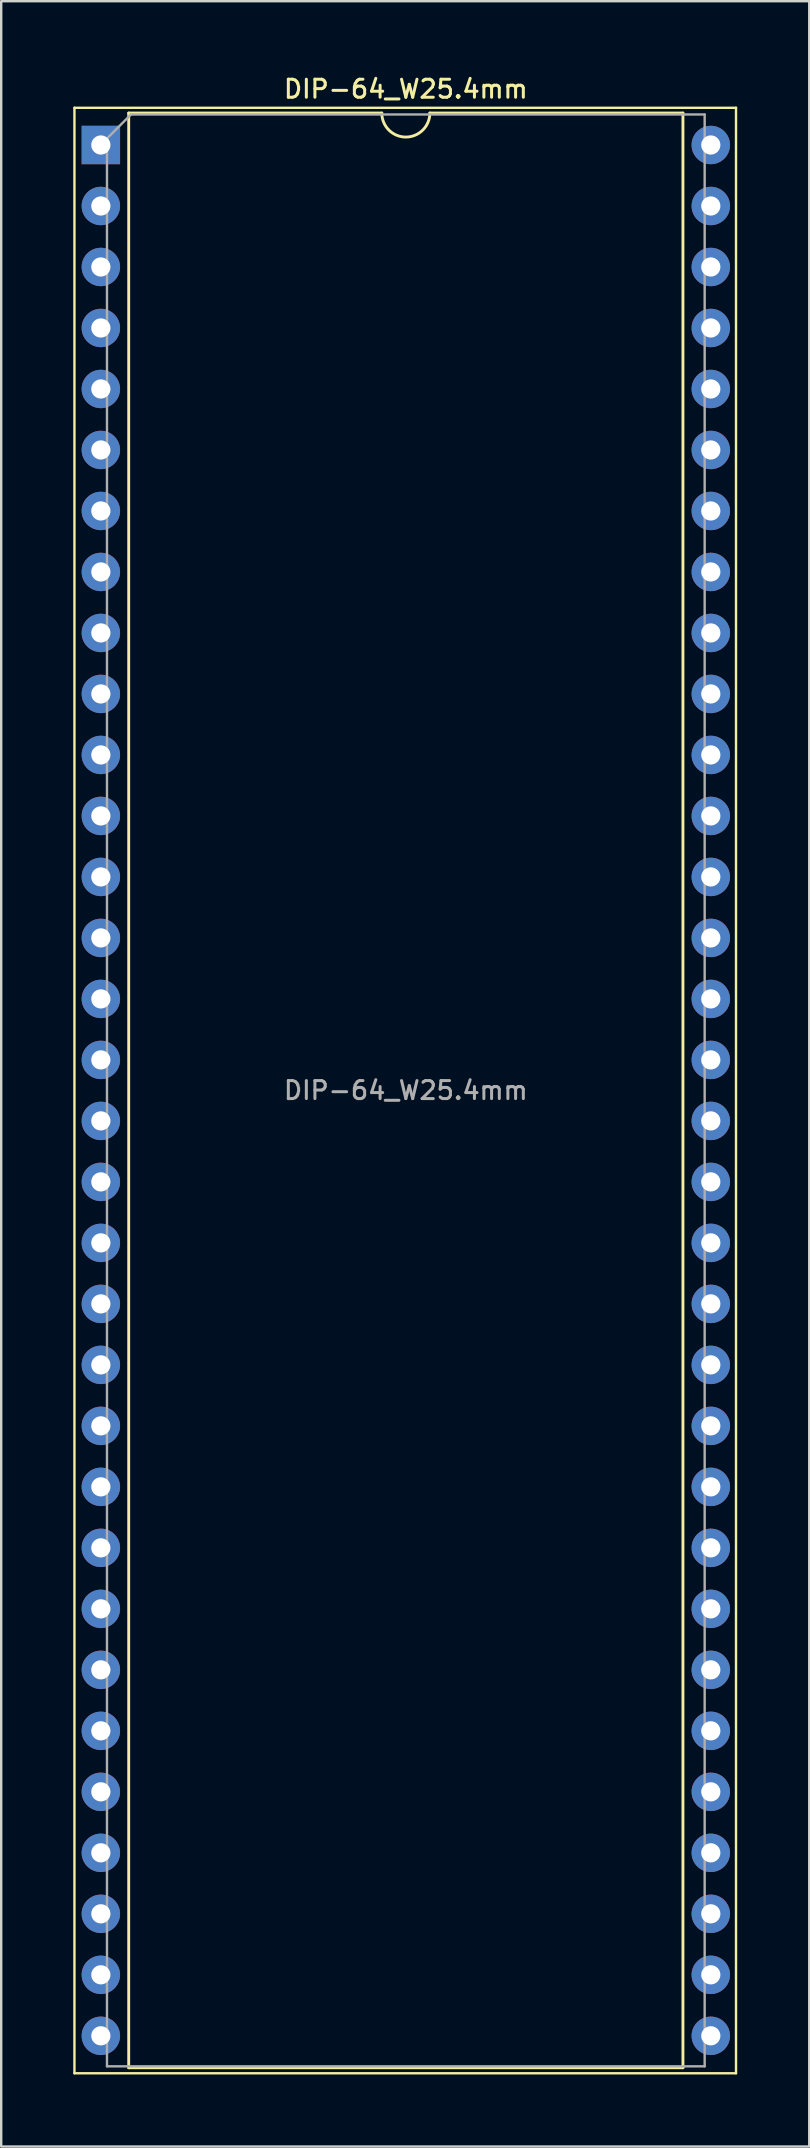
<source format=kicad_pcb>
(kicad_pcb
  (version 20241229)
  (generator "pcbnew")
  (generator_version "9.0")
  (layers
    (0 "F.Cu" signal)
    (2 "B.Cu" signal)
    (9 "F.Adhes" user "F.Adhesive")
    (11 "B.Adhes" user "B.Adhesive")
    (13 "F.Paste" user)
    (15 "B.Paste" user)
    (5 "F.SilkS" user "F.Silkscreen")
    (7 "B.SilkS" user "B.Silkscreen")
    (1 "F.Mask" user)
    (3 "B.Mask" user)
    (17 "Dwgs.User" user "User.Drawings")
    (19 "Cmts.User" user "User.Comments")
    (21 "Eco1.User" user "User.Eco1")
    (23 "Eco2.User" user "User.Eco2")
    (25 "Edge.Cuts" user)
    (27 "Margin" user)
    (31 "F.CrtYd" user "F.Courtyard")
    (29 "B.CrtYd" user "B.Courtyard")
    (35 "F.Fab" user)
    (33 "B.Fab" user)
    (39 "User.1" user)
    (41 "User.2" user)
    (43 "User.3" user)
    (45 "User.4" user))
  (footprint "DIP-64_W25.4mm"
    (layer "F.Cu")
    (at 1.15 2.988)
    (property "Reference" "DIP-64_W25.4mm" (at 12.7 -2.33 0) (layer "F.SilkS") (effects (font (size 0.75 0.75) (thickness 0.125))))
    (attr through_hole)
    (fp_line (start -1.1 -1.55) (end -1.1 80.3) (stroke (width 0.1) (type solid)) (layer "F.SilkS"))
    (fp_line (start -1.1 80.3) (end 26.45 80.3) (stroke (width 0.1) (type solid)) (layer "F.SilkS"))
    (fp_line (start 1.16 -1.33) (end 1.16 80.07) (stroke (width 0.12) (type solid)) (layer "F.SilkS"))
    (fp_line (start 1.16 80.07) (end 24.24 80.07) (stroke (width 0.12) (type solid)) (layer "F.SilkS"))
    (fp_line (start 11.7 -1.33) (end 1.16 -1.33) (stroke (width 0.12) (type solid)) (layer "F.SilkS"))
    (fp_line (start 24.24 -1.33) (end 13.7 -1.33) (stroke (width 0.12) (type solid)) (layer "F.SilkS"))
    (fp_line (start 24.24 80.07) (end 24.24 -1.33) (stroke (width 0.12) (type solid)) (layer "F.SilkS"))
    (fp_line (start 26.45 -1.55) (end -1.1 -1.55) (stroke (width 0.1) (type solid)) (layer "F.SilkS"))
    (fp_line (start 26.45 80.3) (end 26.45 -1.55) (stroke (width 0.1) (type solid)) (layer "F.SilkS"))
    (fp_arc (start 13.7 -1.33) (mid 12.7 -0.33) (end 11.7 -1.33) (stroke (width 0.12) (type solid)) (layer "F.SilkS"))
    (fp_line (start 0.255 -0.27) (end 1.255 -1.27) (stroke (width 0.1) (type solid)) (layer "F.Fab"))
    (fp_line (start 0.255 80.01) (end 0.255 -0.27) (stroke (width 0.1) (type solid)) (layer "F.Fab"))
    (fp_line (start 1.255 -1.27) (end 25.145 -1.27) (stroke (width 0.1) (type solid)) (layer "F.Fab"))
    (fp_line (start 25.145 -1.27) (end 25.145 80.01) (stroke (width 0.1) (type solid)) (layer "F.Fab"))
    (fp_line (start 25.145 80.01) (end 0.255 80.01) (stroke (width 0.1) (type solid)) (layer "F.Fab"))
    (fp_text user "${REFERENCE}" (at 12.7 39.37 0) (layer "F.Fab") (effects (font (size 0.75 0.75) (thickness 0.125))))
    (pad "1" thru_hole rect (at 0 0) (size 1.6 1.6) (drill 0.8) (layers "*.Cu" "*.Mask"))
    (pad "2" thru_hole oval (at 0 2.54) (size 1.6 1.6) (drill 0.8) (layers "*.Cu" "*.Mask"))
    (pad "3" thru_hole oval (at 0 5.08) (size 1.6 1.6) (drill 0.8) (layers "*.Cu" "*.Mask"))
    (pad "4" thru_hole oval (at 0 7.62) (size 1.6 1.6) (drill 0.8) (layers "*.Cu" "*.Mask"))
    (pad "5" thru_hole oval (at 0 10.16) (size 1.6 1.6) (drill 0.8) (layers "*.Cu" "*.Mask"))
    (pad "6" thru_hole oval (at 0 12.7) (size 1.6 1.6) (drill 0.8) (layers "*.Cu" "*.Mask"))
    (pad "7" thru_hole oval (at 0 15.24) (size 1.6 1.6) (drill 0.8) (layers "*.Cu" "*.Mask"))
    (pad "8" thru_hole oval (at 0 17.78) (size 1.6 1.6) (drill 0.8) (layers "*.Cu" "*.Mask"))
    (pad "9" thru_hole oval (at 0 20.32) (size 1.6 1.6) (drill 0.8) (layers "*.Cu" "*.Mask"))
    (pad "10" thru_hole oval (at 0 22.86) (size 1.6 1.6) (drill 0.8) (layers "*.Cu" "*.Mask"))
    (pad "11" thru_hole oval (at 0 25.4) (size 1.6 1.6) (drill 0.8) (layers "*.Cu" "*.Mask"))
    (pad "12" thru_hole oval (at 0 27.94) (size 1.6 1.6) (drill 0.8) (layers "*.Cu" "*.Mask"))
    (pad "13" thru_hole oval (at 0 30.48) (size 1.6 1.6) (drill 0.8) (layers "*.Cu" "*.Mask"))
    (pad "14" thru_hole oval (at 0 33.02) (size 1.6 1.6) (drill 0.8) (layers "*.Cu" "*.Mask"))
    (pad "15" thru_hole oval (at 0 35.56) (size 1.6 1.6) (drill 0.8) (layers "*.Cu" "*.Mask"))
    (pad "16" thru_hole oval (at 0 38.1) (size 1.6 1.6) (drill 0.8) (layers "*.Cu" "*.Mask"))
    (pad "17" thru_hole oval (at 0 40.64) (size 1.6 1.6) (drill 0.8) (layers "*.Cu" "*.Mask"))
    (pad "18" thru_hole oval (at 0 43.18) (size 1.6 1.6) (drill 0.8) (layers "*.Cu" "*.Mask"))
    (pad "19" thru_hole oval (at 0 45.72) (size 1.6 1.6) (drill 0.8) (layers "*.Cu" "*.Mask"))
    (pad "20" thru_hole oval (at 0 48.26) (size 1.6 1.6) (drill 0.8) (layers "*.Cu" "*.Mask"))
    (pad "21" thru_hole oval (at 0 50.8) (size 1.6 1.6) (drill 0.8) (layers "*.Cu" "*.Mask"))
    (pad "22" thru_hole oval (at 0 53.34) (size 1.6 1.6) (drill 0.8) (layers "*.Cu" "*.Mask"))
    (pad "23" thru_hole oval (at 0 55.88) (size 1.6 1.6) (drill 0.8) (layers "*.Cu" "*.Mask"))
    (pad "24" thru_hole oval (at 0 58.42) (size 1.6 1.6) (drill 0.8) (layers "*.Cu" "*.Mask"))
    (pad "25" thru_hole oval (at 0 60.96) (size 1.6 1.6) (drill 0.8) (layers "*.Cu" "*.Mask"))
    (pad "26" thru_hole oval (at 0 63.5) (size 1.6 1.6) (drill 0.8) (layers "*.Cu" "*.Mask"))
    (pad "27" thru_hole oval (at 0 66.04) (size 1.6 1.6) (drill 0.8) (layers "*.Cu" "*.Mask"))
    (pad "28" thru_hole oval (at 0 68.58) (size 1.6 1.6) (drill 0.8) (layers "*.Cu" "*.Mask"))
    (pad "29" thru_hole oval (at 0 71.12) (size 1.6 1.6) (drill 0.8) (layers "*.Cu" "*.Mask"))
    (pad "30" thru_hole oval (at 0 73.66) (size 1.6 1.6) (drill 0.8) (layers "*.Cu" "*.Mask"))
    (pad "31" thru_hole oval (at 0 76.2) (size 1.6 1.6) (drill 0.8) (layers "*.Cu" "*.Mask"))
    (pad "32" thru_hole oval (at 0 78.74) (size 1.6 1.6) (drill 0.8) (layers "*.Cu" "*.Mask"))
    (pad "33" thru_hole oval (at 25.4 78.74) (size 1.6 1.6) (drill 0.8) (layers "*.Cu" "*.Mask"))
    (pad "34" thru_hole oval (at 25.4 76.2) (size 1.6 1.6) (drill 0.8) (layers "*.Cu" "*.Mask"))
    (pad "35" thru_hole oval (at 25.4 73.66) (size 1.6 1.6) (drill 0.8) (layers "*.Cu" "*.Mask"))
    (pad "36" thru_hole oval (at 25.4 71.12) (size 1.6 1.6) (drill 0.8) (layers "*.Cu" "*.Mask"))
    (pad "37" thru_hole oval (at 25.4 68.58) (size 1.6 1.6) (drill 0.8) (layers "*.Cu" "*.Mask"))
    (pad "38" thru_hole oval (at 25.4 66.04) (size 1.6 1.6) (drill 0.8) (layers "*.Cu" "*.Mask"))
    (pad "39" thru_hole oval (at 25.4 63.5) (size 1.6 1.6) (drill 0.8) (layers "*.Cu" "*.Mask"))
    (pad "40" thru_hole oval (at 25.4 60.96) (size 1.6 1.6) (drill 0.8) (layers "*.Cu" "*.Mask"))
    (pad "41" thru_hole oval (at 25.4 58.42) (size 1.6 1.6) (drill 0.8) (layers "*.Cu" "*.Mask"))
    (pad "42" thru_hole oval (at 25.4 55.88) (size 1.6 1.6) (drill 0.8) (layers "*.Cu" "*.Mask"))
    (pad "43" thru_hole oval (at 25.4 53.34) (size 1.6 1.6) (drill 0.8) (layers "*.Cu" "*.Mask"))
    (pad "44" thru_hole oval (at 25.4 50.8) (size 1.6 1.6) (drill 0.8) (layers "*.Cu" "*.Mask"))
    (pad "45" thru_hole oval (at 25.4 48.26) (size 1.6 1.6) (drill 0.8) (layers "*.Cu" "*.Mask"))
    (pad "46" thru_hole oval (at 25.4 45.72) (size 1.6 1.6) (drill 0.8) (layers "*.Cu" "*.Mask"))
    (pad "47" thru_hole oval (at 25.4 43.18) (size 1.6 1.6) (drill 0.8) (layers "*.Cu" "*.Mask"))
    (pad "48" thru_hole oval (at 25.4 40.64) (size 1.6 1.6) (drill 0.8) (layers "*.Cu" "*.Mask"))
    (pad "49" thru_hole oval (at 25.4 38.1) (size 1.6 1.6) (drill 0.8) (layers "*.Cu" "*.Mask"))
    (pad "50" thru_hole oval (at 25.4 35.56) (size 1.6 1.6) (drill 0.8) (layers "*.Cu" "*.Mask"))
    (pad "51" thru_hole oval (at 25.4 33.02) (size 1.6 1.6) (drill 0.8) (layers "*.Cu" "*.Mask"))
    (pad "52" thru_hole oval (at 25.4 30.48) (size 1.6 1.6) (drill 0.8) (layers "*.Cu" "*.Mask"))
    (pad "53" thru_hole oval (at 25.4 27.94) (size 1.6 1.6) (drill 0.8) (layers "*.Cu" "*.Mask"))
    (pad "54" thru_hole oval (at 25.4 25.4) (size 1.6 1.6) (drill 0.8) (layers "*.Cu" "*.Mask"))
    (pad "55" thru_hole oval (at 25.4 22.86) (size 1.6 1.6) (drill 0.8) (layers "*.Cu" "*.Mask"))
    (pad "56" thru_hole oval (at 25.4 20.32) (size 1.6 1.6) (drill 0.8) (layers "*.Cu" "*.Mask"))
    (pad "57" thru_hole oval (at 25.4 17.78) (size 1.6 1.6) (drill 0.8) (layers "*.Cu" "*.Mask"))
    (pad "58" thru_hole oval (at 25.4 15.24) (size 1.6 1.6) (drill 0.8) (layers "*.Cu" "*.Mask"))
    (pad "59" thru_hole oval (at 25.4 12.7) (size 1.6 1.6) (drill 0.8) (layers "*.Cu" "*.Mask"))
    (pad "60" thru_hole oval (at 25.4 10.16) (size 1.6 1.6) (drill 0.8) (layers "*.Cu" "*.Mask"))
    (pad "61" thru_hole oval (at 25.4 7.62) (size 1.6 1.6) (drill 0.8) (layers "*.Cu" "*.Mask"))
    (pad "62" thru_hole oval (at 25.4 5.08) (size 1.6 1.6) (drill 0.8) (layers "*.Cu" "*.Mask"))
    (pad "63" thru_hole oval (at 25.4 2.54) (size 1.6 1.6) (drill 0.8) (layers "*.Cu" "*.Mask"))
    (pad "64" thru_hole oval (at 25.4 0) (size 1.6 1.6) (drill 0.8) (layers "*.Cu" "*.Mask")))
  (gr_rect
    (start -3 -3)
    (end 30.65 86.338)
    (stroke (width 0.1) (type default))
    (fill no)
    (layer "Edge.Cuts")))
</source>
